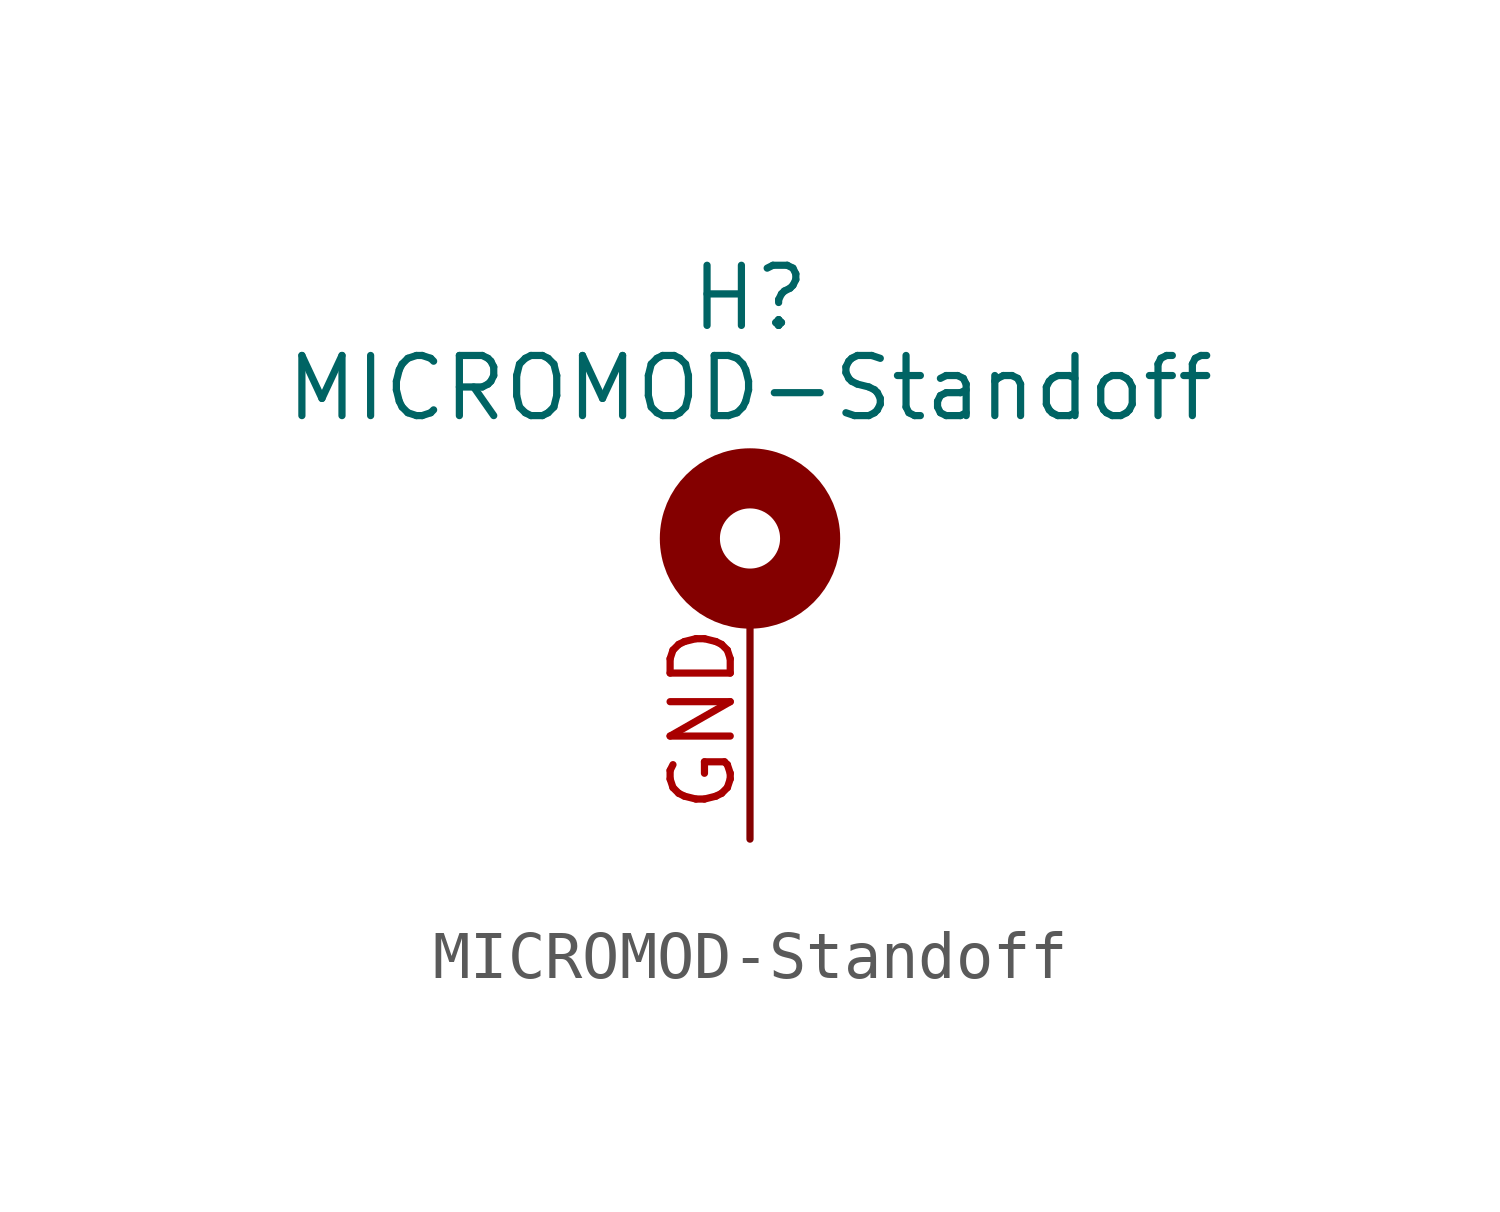
<source format=kicad_sym>
(kicad_symbol_lib
  (version 20231120)
  (generator "kicad_symbol_editor")
  (generator_version "8.0")
  (symbol "MICROMOD-Standoff"
    (pin_names
      (offset 1.016))
    (property "Reference" "H"
      (at 0 5.08 0)
      (effects (font (size 1.27 1.27))))
    (property "Value" "MICROMOD-Standoff"
      (at 0 3.175 0)
      (effects (font (size 1.27 1.27))))
    (symbol "MICROMOD-Standoff_0_1"
      (circle (center 0 0) (radius 1.27) (stroke (width 1.27) (type default)) (fill (type none))))
    (symbol "MICROMOD-Standoff_1_1"
      (pin power_in line (at 0 -6.35 90) (length 5.08) (name "" (effects (font (size 1.27 1.27)))) (number "GND" (effects (font (size 1.27 1.27))))))))
</source>
